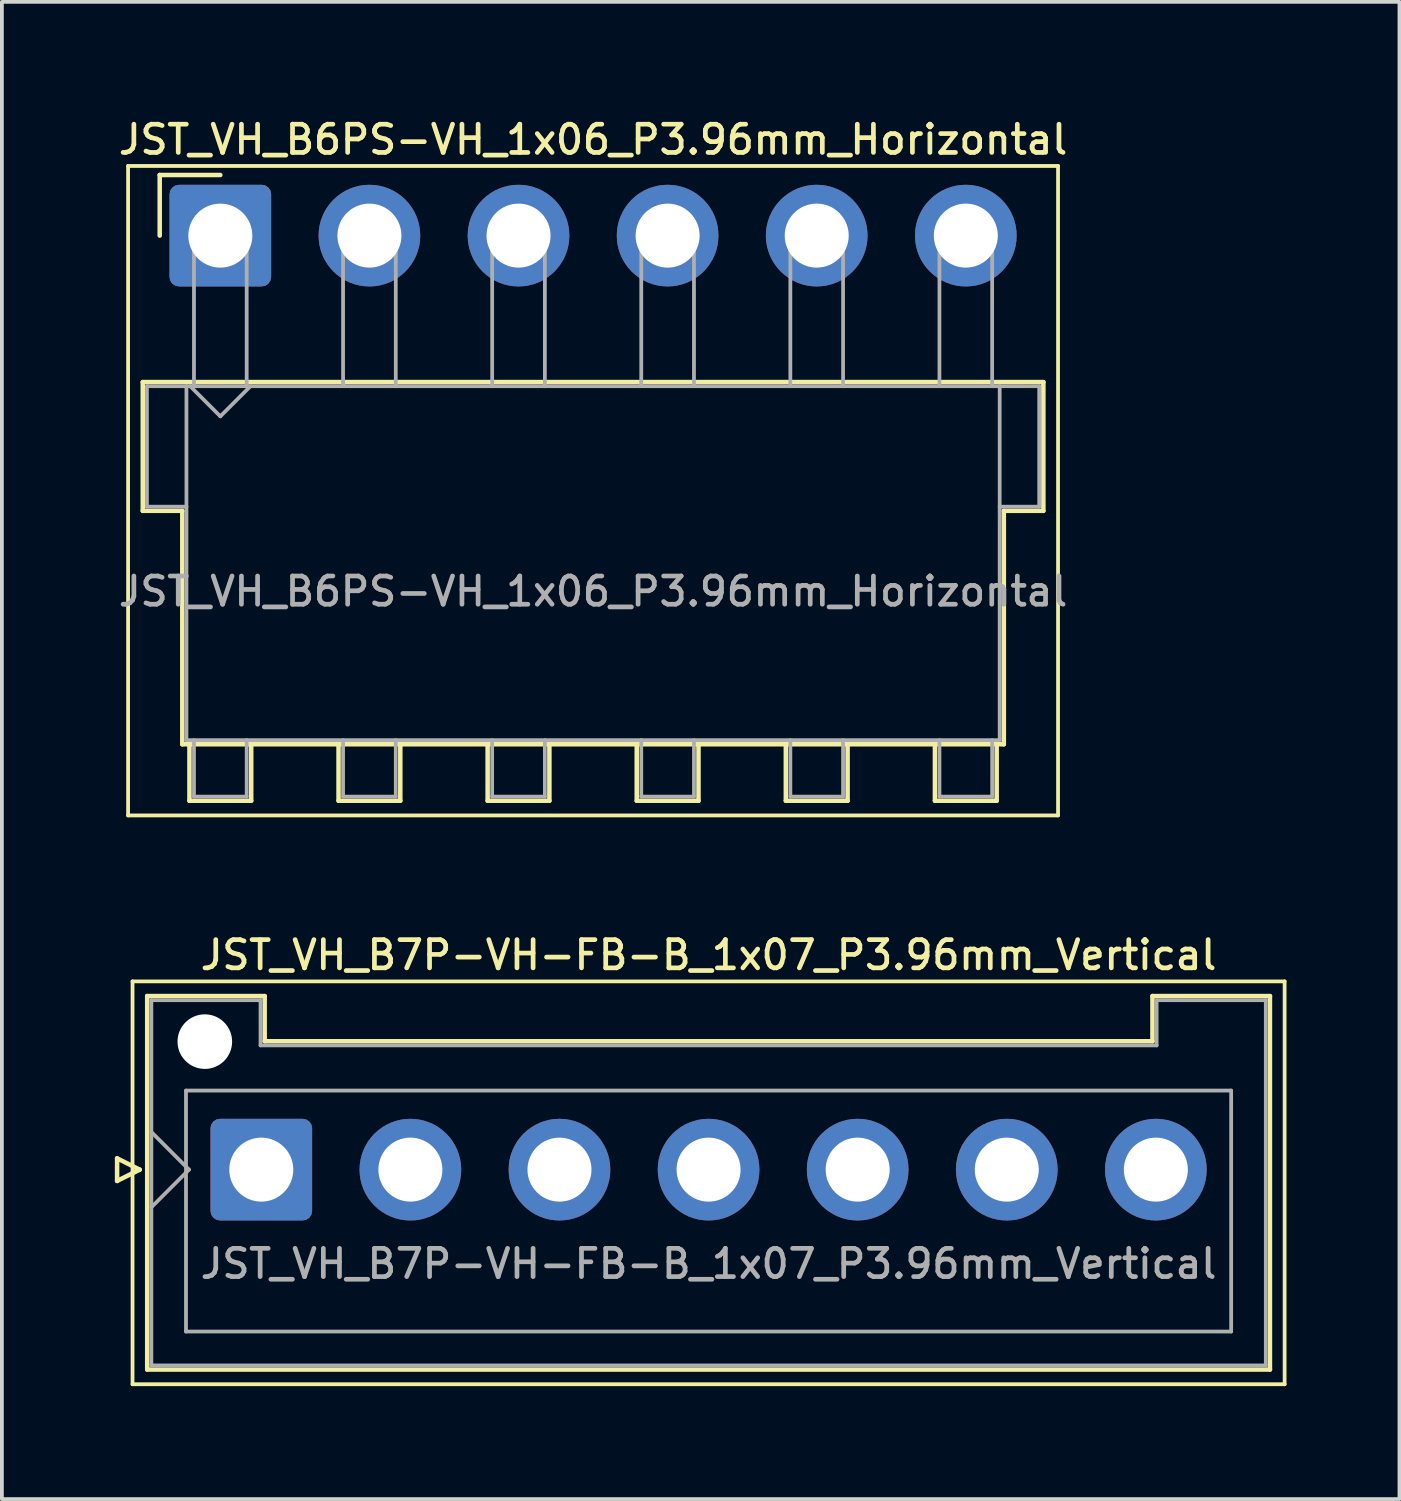
<source format=kicad_pcb>
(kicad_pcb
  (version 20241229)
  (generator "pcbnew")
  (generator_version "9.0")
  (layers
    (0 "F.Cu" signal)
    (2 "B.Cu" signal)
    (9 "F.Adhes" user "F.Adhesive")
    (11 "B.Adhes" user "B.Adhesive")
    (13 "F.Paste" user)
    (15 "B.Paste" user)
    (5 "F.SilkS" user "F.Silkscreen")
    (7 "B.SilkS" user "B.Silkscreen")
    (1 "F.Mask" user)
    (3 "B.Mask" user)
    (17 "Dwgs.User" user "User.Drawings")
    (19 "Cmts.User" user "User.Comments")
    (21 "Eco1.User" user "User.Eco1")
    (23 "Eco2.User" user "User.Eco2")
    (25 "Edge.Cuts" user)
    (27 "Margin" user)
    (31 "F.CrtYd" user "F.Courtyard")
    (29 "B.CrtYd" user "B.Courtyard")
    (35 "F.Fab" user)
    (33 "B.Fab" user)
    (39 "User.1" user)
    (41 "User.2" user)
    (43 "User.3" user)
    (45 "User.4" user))
  (footprint "JST_VH_B6PS-VH_1x06_P3.96mm_Horizontal"
    (layer "F.Cu")
    (at 2.802 3.208)
    (property "Reference" "JST_VH_B6PS-VH_1x06_P3.96mm_Horizontal" (at 9.9 -2.55 0) (layer "F.SilkS") (effects (font (size 0.75 0.75) (thickness 0.125))))
    (attr through_hole)
    (fp_line (start -2.45 -1.85) (end -2.45 15.4) (stroke (width 0.1) (type solid)) (layer "F.SilkS"))
    (fp_line (start -2.45 15.4) (end 22.25 15.4) (stroke (width 0.1) (type solid)) (layer "F.SilkS"))
    (fp_line (start -2.06 3.89) (end 21.86 3.89) (stroke (width 0.12) (type solid)) (layer "F.SilkS"))
    (fp_line (start -2.06 7.31) (end -2.06 3.89) (stroke (width 0.12) (type solid)) (layer "F.SilkS"))
    (fp_line (start -1.61 -1.61) (end -1.61 0) (stroke (width 0.12) (type solid)) (layer "F.SilkS"))
    (fp_line (start -1.01 7.31) (end -2.06 7.31) (stroke (width 0.12) (type solid)) (layer "F.SilkS"))
    (fp_line (start -1.01 13.51) (end -1.01 7.31) (stroke (width 0.12) (type solid)) (layer "F.SilkS"))
    (fp_line (start -0.82 13.51) (end -0.82 15.01) (stroke (width 0.12) (type solid)) (layer "F.SilkS"))
    (fp_line (start -0.82 15.01) (end 0.82 15.01) (stroke (width 0.12) (type solid)) (layer "F.SilkS"))
    (fp_line (start 0 -1.61) (end -1.61 -1.61) (stroke (width 0.12) (type solid)) (layer "F.SilkS"))
    (fp_line (start 0.82 15.01) (end 0.82 13.51) (stroke (width 0.12) (type solid)) (layer "F.SilkS"))
    (fp_line (start 3.14 13.51) (end 3.14 15.01) (stroke (width 0.12) (type solid)) (layer "F.SilkS"))
    (fp_line (start 3.14 15.01) (end 4.78 15.01) (stroke (width 0.12) (type solid)) (layer "F.SilkS"))
    (fp_line (start 4.78 15.01) (end 4.78 13.51) (stroke (width 0.12) (type solid)) (layer "F.SilkS"))
    (fp_line (start 7.1 13.51) (end 7.1 15.01) (stroke (width 0.12) (type solid)) (layer "F.SilkS"))
    (fp_line (start 7.1 15.01) (end 8.74 15.01) (stroke (width 0.12) (type solid)) (layer "F.SilkS"))
    (fp_line (start 8.74 15.01) (end 8.74 13.51) (stroke (width 0.12) (type solid)) (layer "F.SilkS"))
    (fp_line (start 11.06 13.51) (end 11.06 15.01) (stroke (width 0.12) (type solid)) (layer "F.SilkS"))
    (fp_line (start 11.06 15.01) (end 12.7 15.01) (stroke (width 0.12) (type solid)) (layer "F.SilkS"))
    (fp_line (start 12.7 15.01) (end 12.7 13.51) (stroke (width 0.12) (type solid)) (layer "F.SilkS"))
    (fp_line (start 15.02 13.51) (end 15.02 15.01) (stroke (width 0.12) (type solid)) (layer "F.SilkS"))
    (fp_line (start 15.02 15.01) (end 16.66 15.01) (stroke (width 0.12) (type solid)) (layer "F.SilkS"))
    (fp_line (start 16.66 15.01) (end 16.66 13.51) (stroke (width 0.12) (type solid)) (layer "F.SilkS"))
    (fp_line (start 18.98 13.51) (end 18.98 15.01) (stroke (width 0.12) (type solid)) (layer "F.SilkS"))
    (fp_line (start 18.98 15.01) (end 20.62 15.01) (stroke (width 0.12) (type solid)) (layer "F.SilkS"))
    (fp_line (start 20.62 15.01) (end 20.62 13.51) (stroke (width 0.12) (type solid)) (layer "F.SilkS"))
    (fp_line (start 20.81 7.31) (end 20.81 13.51) (stroke (width 0.12) (type solid)) (layer "F.SilkS"))
    (fp_line (start 20.81 13.51) (end -1.01 13.51) (stroke (width 0.12) (type solid)) (layer "F.SilkS"))
    (fp_line (start 21.86 3.89) (end 21.86 7.31) (stroke (width 0.12) (type solid)) (layer "F.SilkS"))
    (fp_line (start 21.86 7.31) (end 20.81 7.31) (stroke (width 0.12) (type solid)) (layer "F.SilkS"))
    (fp_line (start 22.25 -1.85) (end -2.45 -1.85) (stroke (width 0.1) (type solid)) (layer "F.SilkS"))
    (fp_line (start 22.25 15.4) (end 22.25 -1.85) (stroke (width 0.1) (type solid)) (layer "F.SilkS"))
    (fp_line (start -1.95 4) (end -0.9 4) (stroke (width 0.1) (type solid)) (layer "F.Fab"))
    (fp_line (start -1.95 7.2) (end -1.95 4) (stroke (width 0.1) (type solid)) (layer "F.Fab"))
    (fp_line (start -0.9 4) (end -0.9 13.4) (stroke (width 0.1) (type solid)) (layer "F.Fab"))
    (fp_line (start -0.9 7.2) (end -1.95 7.2) (stroke (width 0.1) (type solid)) (layer "F.Fab"))
    (fp_line (start -0.9 13.4) (end 20.7 13.4) (stroke (width 0.1) (type solid)) (layer "F.Fab"))
    (fp_line (start -0.8 4) (end 0 4.8) (stroke (width 0.1) (type solid)) (layer "F.Fab"))
    (fp_line (start -0.7 0) (end 0.7 0) (stroke (width 0.1) (type solid)) (layer "F.Fab"))
    (fp_line (start -0.7 4) (end -0.7 0) (stroke (width 0.1) (type solid)) (layer "F.Fab"))
    (fp_line (start -0.7 13.4) (end -0.7 14.9) (stroke (width 0.1) (type solid)) (layer "F.Fab"))
    (fp_line (start -0.7 14.9) (end 0.7 14.9) (stroke (width 0.1) (type solid)) (layer "F.Fab"))
    (fp_line (start 0 4.8) (end 0.8 4) (stroke (width 0.1) (type solid)) (layer "F.Fab"))
    (fp_line (start 0.7 0) (end 0.7 4) (stroke (width 0.1) (type solid)) (layer "F.Fab"))
    (fp_line (start 0.7 14.9) (end 0.7 13.4) (stroke (width 0.1) (type solid)) (layer "F.Fab"))
    (fp_line (start 3.26 0) (end 4.66 0) (stroke (width 0.1) (type solid)) (layer "F.Fab"))
    (fp_line (start 3.26 4) (end 3.26 0) (stroke (width 0.1) (type solid)) (layer "F.Fab"))
    (fp_line (start 3.26 13.4) (end 3.26 14.9) (stroke (width 0.1) (type solid)) (layer "F.Fab"))
    (fp_line (start 3.26 14.9) (end 4.66 14.9) (stroke (width 0.1) (type solid)) (layer "F.Fab"))
    (fp_line (start 4.66 0) (end 4.66 4) (stroke (width 0.1) (type solid)) (layer "F.Fab"))
    (fp_line (start 4.66 14.9) (end 4.66 13.4) (stroke (width 0.1) (type solid)) (layer "F.Fab"))
    (fp_line (start 7.22 0) (end 8.62 0) (stroke (width 0.1) (type solid)) (layer "F.Fab"))
    (fp_line (start 7.22 4) (end 7.22 0) (stroke (width 0.1) (type solid)) (layer "F.Fab"))
    (fp_line (start 7.22 13.4) (end 7.22 14.9) (stroke (width 0.1) (type solid)) (layer "F.Fab"))
    (fp_line (start 7.22 14.9) (end 8.62 14.9) (stroke (width 0.1) (type solid)) (layer "F.Fab"))
    (fp_line (start 8.62 0) (end 8.62 4) (stroke (width 0.1) (type solid)) (layer "F.Fab"))
    (fp_line (start 8.62 14.9) (end 8.62 13.4) (stroke (width 0.1) (type solid)) (layer "F.Fab"))
    (fp_line (start 11.18 0) (end 12.58 0) (stroke (width 0.1) (type solid)) (layer "F.Fab"))
    (fp_line (start 11.18 4) (end 11.18 0) (stroke (width 0.1) (type solid)) (layer "F.Fab"))
    (fp_line (start 11.18 13.4) (end 11.18 14.9) (stroke (width 0.1) (type solid)) (layer "F.Fab"))
    (fp_line (start 11.18 14.9) (end 12.58 14.9) (stroke (width 0.1) (type solid)) (layer "F.Fab"))
    (fp_line (start 12.58 0) (end 12.58 4) (stroke (width 0.1) (type solid)) (layer "F.Fab"))
    (fp_line (start 12.58 14.9) (end 12.58 13.4) (stroke (width 0.1) (type solid)) (layer "F.Fab"))
    (fp_line (start 15.14 0) (end 16.54 0) (stroke (width 0.1) (type solid)) (layer "F.Fab"))
    (fp_line (start 15.14 4) (end 15.14 0) (stroke (width 0.1) (type solid)) (layer "F.Fab"))
    (fp_line (start 15.14 13.4) (end 15.14 14.9) (stroke (width 0.1) (type solid)) (layer "F.Fab"))
    (fp_line (start 15.14 14.9) (end 16.54 14.9) (stroke (width 0.1) (type solid)) (layer "F.Fab"))
    (fp_line (start 16.54 0) (end 16.54 4) (stroke (width 0.1) (type solid)) (layer "F.Fab"))
    (fp_line (start 16.54 14.9) (end 16.54 13.4) (stroke (width 0.1) (type solid)) (layer "F.Fab"))
    (fp_line (start 19.1 0) (end 20.5 0) (stroke (width 0.1) (type solid)) (layer "F.Fab"))
    (fp_line (start 19.1 4) (end 19.1 0) (stroke (width 0.1) (type solid)) (layer "F.Fab"))
    (fp_line (start 19.1 13.4) (end 19.1 14.9) (stroke (width 0.1) (type solid)) (layer "F.Fab"))
    (fp_line (start 19.1 14.9) (end 20.5 14.9) (stroke (width 0.1) (type solid)) (layer "F.Fab"))
    (fp_line (start 20.5 0) (end 20.5 4) (stroke (width 0.1) (type solid)) (layer "F.Fab"))
    (fp_line (start 20.5 14.9) (end 20.5 13.4) (stroke (width 0.1) (type solid)) (layer "F.Fab"))
    (fp_line (start 20.7 4) (end -0.9 4) (stroke (width 0.1) (type solid)) (layer "F.Fab"))
    (fp_line (start 20.7 4) (end 21.75 4) (stroke (width 0.1) (type solid)) (layer "F.Fab"))
    (fp_line (start 20.7 13.4) (end 20.7 4) (stroke (width 0.1) (type solid)) (layer "F.Fab"))
    (fp_line (start 21.75 4) (end 21.75 7.2) (stroke (width 0.1) (type solid)) (layer "F.Fab"))
    (fp_line (start 21.75 7.2) (end 20.7 7.2) (stroke (width 0.1) (type solid)) (layer "F.Fab"))
    (fp_text user "${REFERENCE}" (at 9.9 9.45 0) (layer "F.Fab") (effects (font (size 0.75 0.75) (thickness 0.125))))
    (pad "1" thru_hole roundrect (at 0 0) (size 2.7 2.7) (drill 1.7) (layers "*.Cu" "*.Mask") (roundrect_rratio 0.093))
    (pad "2" thru_hole circle (at 3.96 0) (size 2.7 2.7) (drill 1.7) (layers "*.Cu" "*.Mask"))
    (pad "3" thru_hole circle (at 7.92 0) (size 2.7 2.7) (drill 1.7) (layers "*.Cu" "*.Mask"))
    (pad "4" thru_hole circle (at 11.88 0) (size 2.7 2.7) (drill 1.7) (layers "*.Cu" "*.Mask"))
    (pad "5" thru_hole circle (at 15.84 0) (size 2.7 2.7) (drill 1.7) (layers "*.Cu" "*.Mask"))
    (pad "6" thru_hole circle (at 19.8 0) (size 2.7 2.7) (drill 1.7) (layers "*.Cu" "*.Mask")))
  (footprint "JST_VH_B7P-VH-FB-B_1x07_P3.96mm_Vertical"
    (layer "F.Cu")
    (at 3.89 28.016)
    (property "Reference" "JST_VH_B7P-VH-FB-B_1x07_P3.96mm_Vertical" (at 11.88 -5.7 0) (layer "F.SilkS") (effects (font (size 0.75 0.75) (thickness 0.125))))
    (attr through_hole)
    (fp_line (start -3.83 -0.3) (end -3.23 0) (stroke (width 0.12) (type solid)) (layer "F.SilkS"))
    (fp_line (start -3.83 0.3) (end -3.83 -0.3) (stroke (width 0.12) (type solid)) (layer "F.SilkS"))
    (fp_line (start -3.42 -5) (end -3.42 5.7) (stroke (width 0.1) (type solid)) (layer "F.SilkS"))
    (fp_line (start -3.42 5.7) (end 27.18 5.7) (stroke (width 0.1) (type solid)) (layer "F.SilkS"))
    (fp_line (start -3.23 0) (end -3.83 0.3) (stroke (width 0.12) (type solid)) (layer "F.SilkS"))
    (fp_line (start -3.03 -4.61) (end 0.09 -4.61) (stroke (width 0.12) (type solid)) (layer "F.SilkS"))
    (fp_line (start -3.03 5.31) (end -3.03 -4.61) (stroke (width 0.12) (type solid)) (layer "F.SilkS"))
    (fp_line (start 0.09 -4.61) (end 0.09 -3.41) (stroke (width 0.12) (type solid)) (layer "F.SilkS"))
    (fp_line (start 0.09 -3.41) (end 23.67 -3.41) (stroke (width 0.12) (type solid)) (layer "F.SilkS"))
    (fp_line (start 23.67 -4.61) (end 26.79 -4.61) (stroke (width 0.12) (type solid)) (layer "F.SilkS"))
    (fp_line (start 23.67 -3.41) (end 23.67 -4.61) (stroke (width 0.12) (type solid)) (layer "F.SilkS"))
    (fp_line (start 26.79 -4.61) (end 26.79 5.31) (stroke (width 0.12) (type solid)) (layer "F.SilkS"))
    (fp_line (start 26.79 5.31) (end -3.03 5.31) (stroke (width 0.12) (type solid)) (layer "F.SilkS"))
    (fp_line (start 27.18 -5) (end -3.42 -5) (stroke (width 0.1) (type solid)) (layer "F.SilkS"))
    (fp_line (start 27.18 5.7) (end 27.18 -5) (stroke (width 0.1) (type solid)) (layer "F.SilkS"))
    (fp_line (start -2.92 -4.5) (end -0.02 -4.5) (stroke (width 0.1) (type solid)) (layer "F.Fab"))
    (fp_line (start -2.92 -1) (end -1.92 0) (stroke (width 0.1) (type solid)) (layer "F.Fab"))
    (fp_line (start -2.92 1) (end -1.92 0) (stroke (width 0.1) (type solid)) (layer "F.Fab"))
    (fp_line (start -2.92 5.2) (end -2.92 -4.5) (stroke (width 0.1) (type solid)) (layer "F.Fab"))
    (fp_line (start -2 -2.1) (end 25.76 -2.1) (stroke (width 0.1) (type solid)) (layer "F.Fab"))
    (fp_line (start -2 4.3) (end -2 -2.1) (stroke (width 0.1) (type solid)) (layer "F.Fab"))
    (fp_line (start -0.02 -4.5) (end -0.02 -3.3) (stroke (width 0.1) (type solid)) (layer "F.Fab"))
    (fp_line (start -0.02 -3.3) (end 23.78 -3.3) (stroke (width 0.1) (type solid)) (layer "F.Fab"))
    (fp_line (start 23.78 -4.5) (end 26.68 -4.5) (stroke (width 0.1) (type solid)) (layer "F.Fab"))
    (fp_line (start 23.78 -3.3) (end 23.78 -4.5) (stroke (width 0.1) (type solid)) (layer "F.Fab"))
    (fp_line (start 25.76 -2.1) (end 25.76 4.3) (stroke (width 0.1) (type solid)) (layer "F.Fab"))
    (fp_line (start 25.76 4.3) (end -2 4.3) (stroke (width 0.1) (type solid)) (layer "F.Fab"))
    (fp_line (start 26.68 -4.5) (end 26.68 5.2) (stroke (width 0.1) (type solid)) (layer "F.Fab"))
    (fp_line (start 26.68 5.2) (end -2.92 5.2) (stroke (width 0.1) (type solid)) (layer "F.Fab"))
    (fp_text user "${REFERENCE}" (at 11.88 2.5 0) (layer "F.Fab") (effects (font (size 0.75 0.75) (thickness 0.125))))
    (pad "" np_thru_hole circle (at -1.5 -3.4) (size 1.45 1.45) (drill 1.45) (layers "*.Cu" "*.Mask"))
    (pad "1" thru_hole roundrect (at 0 0) (size 2.7 2.7) (drill 1.7) (layers "*.Cu" "*.Mask") (roundrect_rratio 0.093))
    (pad "2" thru_hole circle (at 3.96 0) (size 2.7 2.7) (drill 1.7) (layers "*.Cu" "*.Mask"))
    (pad "3" thru_hole circle (at 7.92 0) (size 2.7 2.7) (drill 1.7) (layers "*.Cu" "*.Mask"))
    (pad "4" thru_hole circle (at 11.88 0) (size 2.7 2.7) (drill 1.7) (layers "*.Cu" "*.Mask"))
    (pad "5" thru_hole circle (at 15.84 0) (size 2.7 2.7) (drill 1.7) (layers "*.Cu" "*.Mask"))
    (pad "6" thru_hole circle (at 19.8 0) (size 2.7 2.7) (drill 1.7) (layers "*.Cu" "*.Mask"))
    (pad "7" thru_hole circle (at 23.76 0) (size 2.7 2.7) (drill 1.7) (layers "*.Cu" "*.Mask")))
  (gr_rect
    (start -3 -3)
    (end 34.12 36.766)
    (stroke (width 0.1) (type default))
    (fill no)
    (layer "Edge.Cuts")))
</source>
